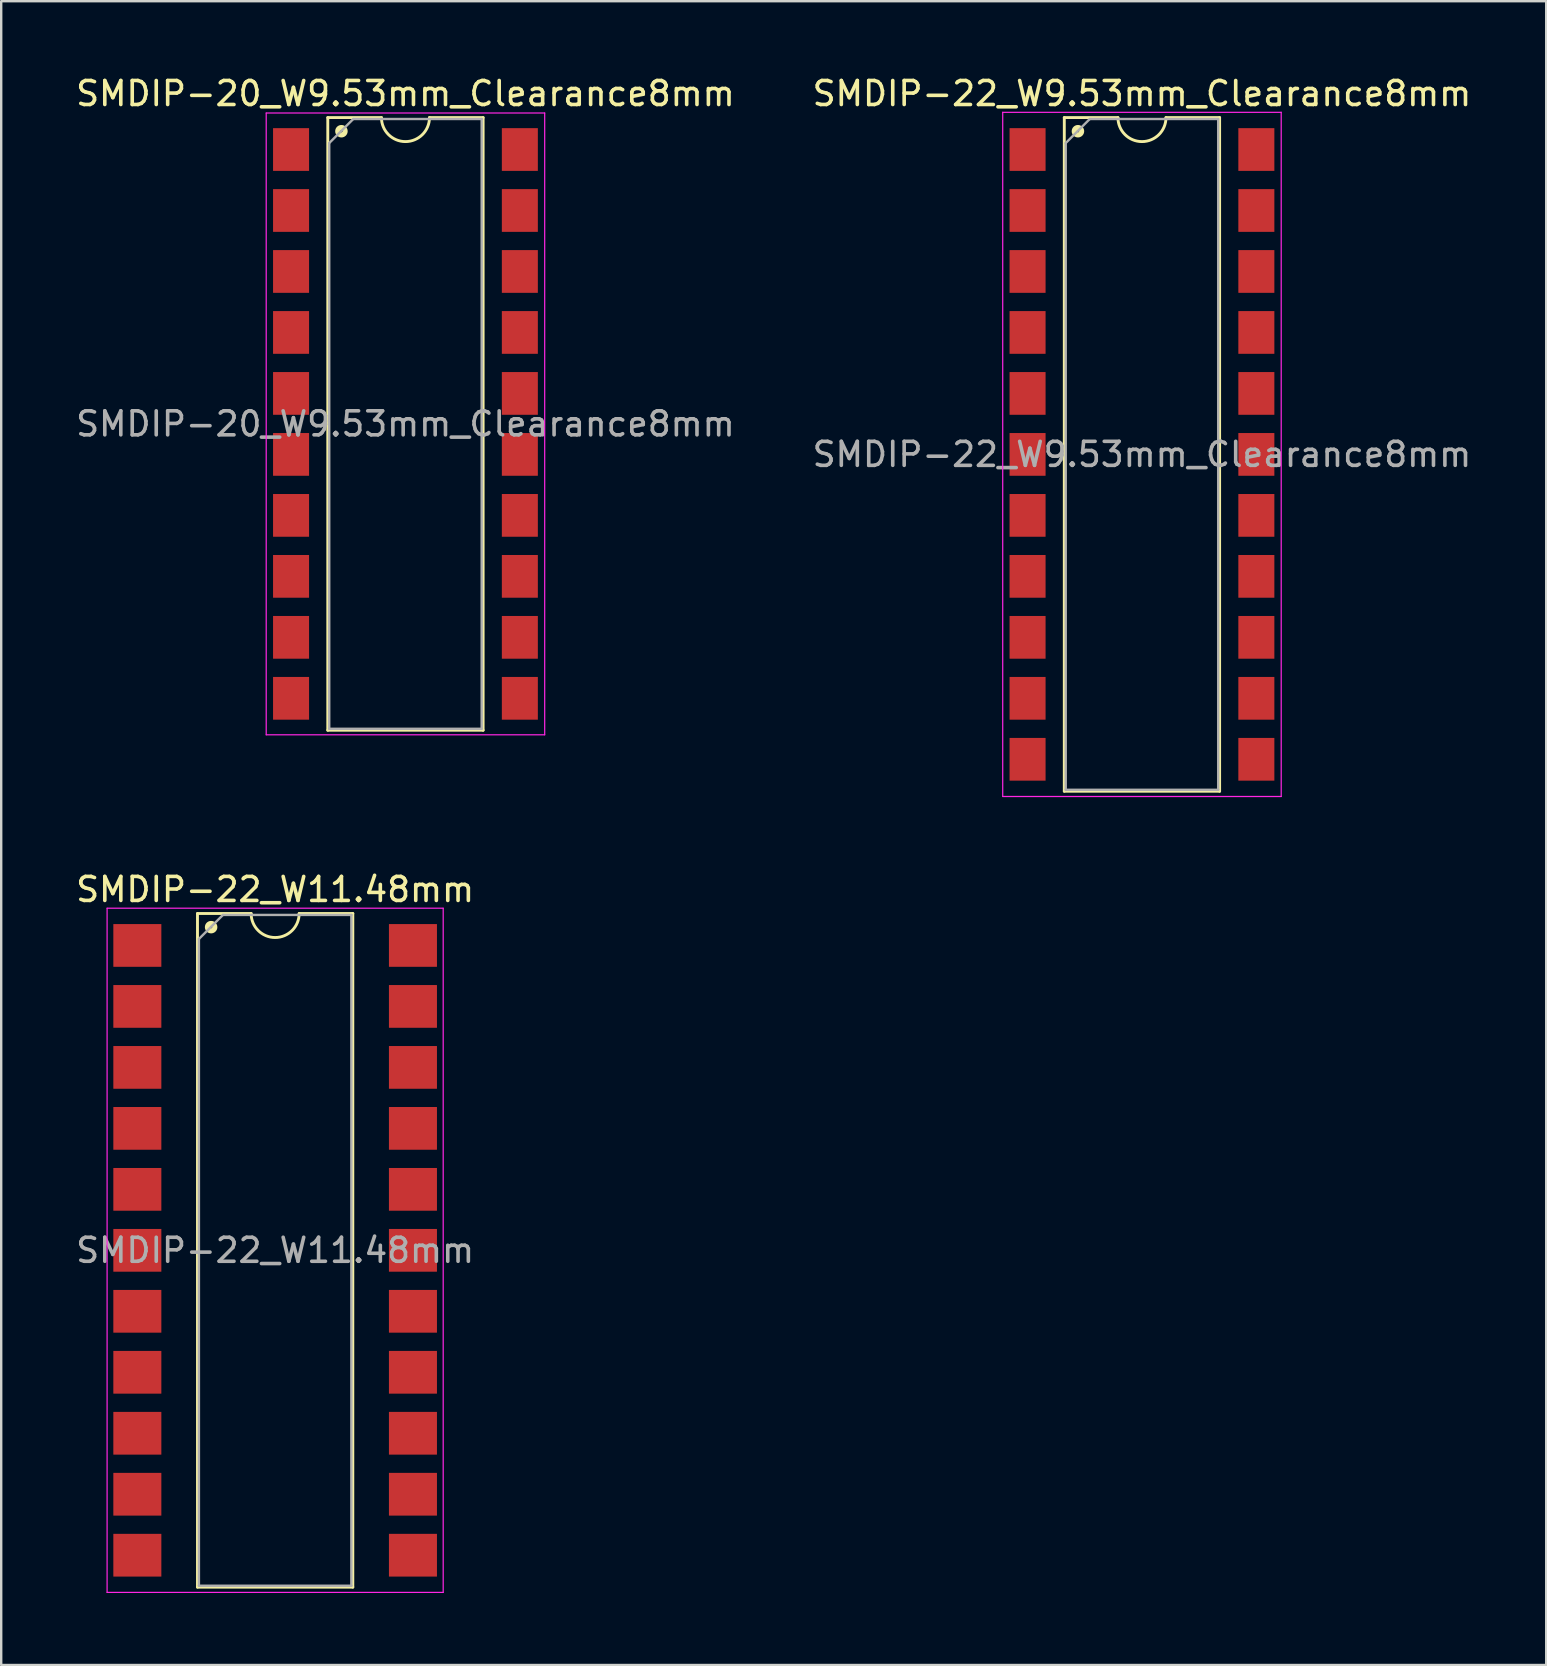
<source format=kicad_pcb>
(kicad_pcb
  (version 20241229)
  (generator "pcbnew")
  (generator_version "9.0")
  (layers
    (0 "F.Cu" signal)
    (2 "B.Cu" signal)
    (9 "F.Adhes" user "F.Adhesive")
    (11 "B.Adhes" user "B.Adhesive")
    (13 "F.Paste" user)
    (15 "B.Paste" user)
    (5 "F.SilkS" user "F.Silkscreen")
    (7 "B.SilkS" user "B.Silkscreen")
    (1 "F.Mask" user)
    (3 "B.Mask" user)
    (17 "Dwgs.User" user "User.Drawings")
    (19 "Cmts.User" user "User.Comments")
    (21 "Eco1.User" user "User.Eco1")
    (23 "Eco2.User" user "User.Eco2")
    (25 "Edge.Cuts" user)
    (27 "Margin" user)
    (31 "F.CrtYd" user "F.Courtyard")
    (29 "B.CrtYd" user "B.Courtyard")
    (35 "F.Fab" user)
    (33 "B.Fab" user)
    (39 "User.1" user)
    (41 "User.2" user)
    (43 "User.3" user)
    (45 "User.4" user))
  (footprint "SMDIP-22_W9.53mm_Clearance8mm"
    (layer "F.Cu")
    (at 44.518 15.878)
    (property "Reference" "SMDIP-22_W9.53mm_Clearance8mm" (at 0 -15.03 0) (layer "F.SilkS") (effects (font (size 1 1) (thickness 0.15))))
    (attr smd)
    (fp_line (start -3.235 -14.03) (end -3.235 14.03) (stroke (width 0.12) (type solid)) (layer "F.SilkS"))
    (fp_line (start -3.235 14.03) (end 3.235 14.03) (stroke (width 0.12) (type solid)) (layer "F.SilkS"))
    (fp_line (start -1 -14.03) (end -3.235 -14.03) (stroke (width 0.12) (type solid)) (layer "F.SilkS"))
    (fp_line (start 3.235 -14.03) (end 1 -14.03) (stroke (width 0.12) (type solid)) (layer "F.SilkS"))
    (fp_line (start 3.235 14.03) (end 3.235 -14.03) (stroke (width 0.12) (type solid)) (layer "F.SilkS"))
    (fp_arc (start 1 -14.03) (mid 0 -13.03) (end -1 -14.03) (stroke (width 0.12) (type solid)) (layer "F.SilkS"))
    (fp_circle (center -2.667 -13.462) (end -2.617 -13.462) (stroke (width 0.12) (type solid)) (fill no) (layer "F.SilkS"))
    (fp_circle (center -2.667 -13.462) (end -2.542 -13.462) (stroke (width 0.12) (type solid)) (fill no) (layer "F.SilkS"))
    (fp_circle (center -2.667 -13.462) (end -2.467 -13.462) (stroke (width 0.12) (type solid)) (fill no) (layer "F.SilkS"))
    (fp_line (start -5.8 -14.25) (end -5.8 14.25) (stroke (width 0.05) (type solid)) (layer "F.CrtYd"))
    (fp_line (start -5.8 14.25) (end 5.8 14.25) (stroke (width 0.05) (type solid)) (layer "F.CrtYd"))
    (fp_line (start 5.8 -14.25) (end -5.8 -14.25) (stroke (width 0.05) (type solid)) (layer "F.CrtYd"))
    (fp_line (start 5.8 14.25) (end 5.8 -14.25) (stroke (width 0.05) (type solid)) (layer "F.CrtYd"))
    (fp_line (start -3.175 -12.97) (end -2.175 -13.97) (stroke (width 0.1) (type solid)) (layer "F.Fab"))
    (fp_line (start -3.175 13.97) (end -3.175 -12.97) (stroke (width 0.1) (type solid)) (layer "F.Fab"))
    (fp_line (start -2.175 -13.97) (end 3.175 -13.97) (stroke (width 0.1) (type solid)) (layer "F.Fab"))
    (fp_line (start 3.175 -13.97) (end 3.175 13.97) (stroke (width 0.1) (type solid)) (layer "F.Fab"))
    (fp_line (start 3.175 13.97) (end -3.175 13.97) (stroke (width 0.1) (type solid)) (layer "F.Fab"))
    (fp_text user "${REFERENCE}" (at 0 0 0) (layer "F.Fab") (effects (font (size 1 1) (thickness 0.15))))
    (pad "1" smd rect (at -4.765 -12.7) (size 1.5 1.78) (layers "F.Cu" "F.Mask" "F.Paste"))
    (pad "2" smd rect (at -4.765 -10.16) (size 1.5 1.78) (layers "F.Cu" "F.Mask" "F.Paste"))
    (pad "3" smd rect (at -4.765 -7.62) (size 1.5 1.78) (layers "F.Cu" "F.Mask" "F.Paste"))
    (pad "4" smd rect (at -4.765 -5.08) (size 1.5 1.78) (layers "F.Cu" "F.Mask" "F.Paste"))
    (pad "5" smd rect (at -4.765 -2.54) (size 1.5 1.78) (layers "F.Cu" "F.Mask" "F.Paste"))
    (pad "6" smd rect (at -4.765 0) (size 1.5 1.78) (layers "F.Cu" "F.Mask" "F.Paste"))
    (pad "7" smd rect (at -4.765 2.54) (size 1.5 1.78) (layers "F.Cu" "F.Mask" "F.Paste"))
    (pad "8" smd rect (at -4.765 5.08) (size 1.5 1.78) (layers "F.Cu" "F.Mask" "F.Paste"))
    (pad "9" smd rect (at -4.765 7.62) (size 1.5 1.78) (layers "F.Cu" "F.Mask" "F.Paste"))
    (pad "10" smd rect (at -4.765 10.16) (size 1.5 1.78) (layers "F.Cu" "F.Mask" "F.Paste"))
    (pad "11" smd rect (at -4.765 12.7) (size 1.5 1.78) (layers "F.Cu" "F.Mask" "F.Paste"))
    (pad "12" smd rect (at 4.765 12.7) (size 1.5 1.78) (layers "F.Cu" "F.Mask" "F.Paste"))
    (pad "13" smd rect (at 4.765 10.16) (size 1.5 1.78) (layers "F.Cu" "F.Mask" "F.Paste"))
    (pad "14" smd rect (at 4.765 7.62) (size 1.5 1.78) (layers "F.Cu" "F.Mask" "F.Paste"))
    (pad "15" smd rect (at 4.765 5.08) (size 1.5 1.78) (layers "F.Cu" "F.Mask" "F.Paste"))
    (pad "16" smd rect (at 4.765 2.54) (size 1.5 1.78) (layers "F.Cu" "F.Mask" "F.Paste"))
    (pad "17" smd rect (at 4.765 0) (size 1.5 1.78) (layers "F.Cu" "F.Mask" "F.Paste"))
    (pad "18" smd rect (at 4.765 -2.54) (size 1.5 1.78) (layers "F.Cu" "F.Mask" "F.Paste"))
    (pad "19" smd rect (at 4.765 -5.08) (size 1.5 1.78) (layers "F.Cu" "F.Mask" "F.Paste"))
    (pad "20" smd rect (at 4.765 -7.62) (size 1.5 1.78) (layers "F.Cu" "F.Mask" "F.Paste"))
    (pad "21" smd rect (at 4.765 -10.16) (size 1.5 1.78) (layers "F.Cu" "F.Mask" "F.Paste"))
    (pad "22" smd rect (at 4.765 -12.7) (size 1.5 1.78) (layers "F.Cu" "F.Mask" "F.Paste")))
  (footprint "SMDIP-20_W9.53mm_Clearance8mm"
    (layer "F.Cu")
    (at 13.839 14.608)
    (property "Reference" "SMDIP-20_W9.53mm_Clearance8mm" (at 0 -13.76 0) (layer "F.SilkS") (effects (font (size 1 1) (thickness 0.15))))
    (attr smd)
    (fp_line (start -3.235 -12.76) (end -3.235 12.76) (stroke (width 0.12) (type solid)) (layer "F.SilkS"))
    (fp_line (start -3.235 12.76) (end 3.235 12.76) (stroke (width 0.12) (type solid)) (layer "F.SilkS"))
    (fp_line (start -1 -12.76) (end -3.235 -12.76) (stroke (width 0.12) (type solid)) (layer "F.SilkS"))
    (fp_line (start 3.235 -12.76) (end 1 -12.76) (stroke (width 0.12) (type solid)) (layer "F.SilkS"))
    (fp_line (start 3.235 12.76) (end 3.235 -12.76) (stroke (width 0.12) (type solid)) (layer "F.SilkS"))
    (fp_arc (start 1 -12.76) (mid 0 -11.76) (end -1 -12.76) (stroke (width 0.12) (type solid)) (layer "F.SilkS"))
    (fp_circle (center -2.667 -12.192) (end -2.617 -12.192) (stroke (width 0.12) (type solid)) (fill no) (layer "F.SilkS"))
    (fp_circle (center -2.667 -12.192) (end -2.542 -12.192) (stroke (width 0.12) (type solid)) (fill no) (layer "F.SilkS"))
    (fp_circle (center -2.667 -12.192) (end -2.467 -12.192) (stroke (width 0.12) (type solid)) (fill no) (layer "F.SilkS"))
    (fp_line (start -5.8 -12.95) (end -5.8 12.95) (stroke (width 0.05) (type solid)) (layer "F.CrtYd"))
    (fp_line (start -5.8 12.95) (end 5.8 12.95) (stroke (width 0.05) (type solid)) (layer "F.CrtYd"))
    (fp_line (start 5.8 -12.95) (end -5.8 -12.95) (stroke (width 0.05) (type solid)) (layer "F.CrtYd"))
    (fp_line (start 5.8 12.95) (end 5.8 -12.95) (stroke (width 0.05) (type solid)) (layer "F.CrtYd"))
    (fp_line (start -3.175 -11.7) (end -2.175 -12.7) (stroke (width 0.1) (type solid)) (layer "F.Fab"))
    (fp_line (start -3.175 12.7) (end -3.175 -11.7) (stroke (width 0.1) (type solid)) (layer "F.Fab"))
    (fp_line (start -2.175 -12.7) (end 3.175 -12.7) (stroke (width 0.1) (type solid)) (layer "F.Fab"))
    (fp_line (start 3.175 -12.7) (end 3.175 12.7) (stroke (width 0.1) (type solid)) (layer "F.Fab"))
    (fp_line (start 3.175 12.7) (end -3.175 12.7) (stroke (width 0.1) (type solid)) (layer "F.Fab"))
    (fp_text user "${REFERENCE}" (at 0 0 0) (layer "F.Fab") (effects (font (size 1 1) (thickness 0.15))))
    (pad "1" smd rect (at -4.765 -11.43) (size 1.5 1.78) (layers "F.Cu" "F.Mask" "F.Paste"))
    (pad "2" smd rect (at -4.765 -8.89) (size 1.5 1.78) (layers "F.Cu" "F.Mask" "F.Paste"))
    (pad "3" smd rect (at -4.765 -6.35) (size 1.5 1.78) (layers "F.Cu" "F.Mask" "F.Paste"))
    (pad "4" smd rect (at -4.765 -3.81) (size 1.5 1.78) (layers "F.Cu" "F.Mask" "F.Paste"))
    (pad "5" smd rect (at -4.765 -1.27) (size 1.5 1.78) (layers "F.Cu" "F.Mask" "F.Paste"))
    (pad "6" smd rect (at -4.765 1.27) (size 1.5 1.78) (layers "F.Cu" "F.Mask" "F.Paste"))
    (pad "7" smd rect (at -4.765 3.81) (size 1.5 1.78) (layers "F.Cu" "F.Mask" "F.Paste"))
    (pad "8" smd rect (at -4.765 6.35) (size 1.5 1.78) (layers "F.Cu" "F.Mask" "F.Paste"))
    (pad "9" smd rect (at -4.765 8.89) (size 1.5 1.78) (layers "F.Cu" "F.Mask" "F.Paste"))
    (pad "10" smd rect (at -4.765 11.43) (size 1.5 1.78) (layers "F.Cu" "F.Mask" "F.Paste"))
    (pad "11" smd rect (at 4.765 11.43) (size 1.5 1.78) (layers "F.Cu" "F.Mask" "F.Paste"))
    (pad "12" smd rect (at 4.765 8.89) (size 1.5 1.78) (layers "F.Cu" "F.Mask" "F.Paste"))
    (pad "13" smd rect (at 4.765 6.35) (size 1.5 1.78) (layers "F.Cu" "F.Mask" "F.Paste"))
    (pad "14" smd rect (at 4.765 3.81) (size 1.5 1.78) (layers "F.Cu" "F.Mask" "F.Paste"))
    (pad "15" smd rect (at 4.765 1.27) (size 1.5 1.78) (layers "F.Cu" "F.Mask" "F.Paste"))
    (pad "16" smd rect (at 4.765 -1.27) (size 1.5 1.78) (layers "F.Cu" "F.Mask" "F.Paste"))
    (pad "17" smd rect (at 4.765 -3.81) (size 1.5 1.78) (layers "F.Cu" "F.Mask" "F.Paste"))
    (pad "18" smd rect (at 4.765 -6.35) (size 1.5 1.78) (layers "F.Cu" "F.Mask" "F.Paste"))
    (pad "19" smd rect (at 4.765 -8.89) (size 1.5 1.78) (layers "F.Cu" "F.Mask" "F.Paste"))
    (pad "20" smd rect (at 4.765 -11.43) (size 1.5 1.78) (layers "F.Cu" "F.Mask" "F.Paste")))
  (footprint "SMDIP-22_W11.48mm"
    (layer "F.Cu")
    (at 8.411 49.032)
    (property "Reference" "SMDIP-22_W11.48mm" (at 0 -15.03 0) (layer "F.SilkS") (effects (font (size 1 1) (thickness 0.15))))
    (attr smd)
    (fp_line (start -3.235 -14.03) (end -3.235 14.03) (stroke (width 0.12) (type solid)) (layer "F.SilkS"))
    (fp_line (start -3.235 14.03) (end 3.235 14.03) (stroke (width 0.12) (type solid)) (layer "F.SilkS"))
    (fp_line (start -1 -14.03) (end -3.235 -14.03) (stroke (width 0.12) (type solid)) (layer "F.SilkS"))
    (fp_line (start 3.235 -14.03) (end 1 -14.03) (stroke (width 0.12) (type solid)) (layer "F.SilkS"))
    (fp_line (start 3.235 14.03) (end 3.235 -14.03) (stroke (width 0.12) (type solid)) (layer "F.SilkS"))
    (fp_arc (start 1 -14.03) (mid 0 -13.03) (end -1 -14.03) (stroke (width 0.12) (type solid)) (layer "F.SilkS"))
    (fp_circle (center -2.667 -13.462) (end -2.617 -13.462) (stroke (width 0.12) (type solid)) (fill no) (layer "F.SilkS"))
    (fp_circle (center -2.667 -13.462) (end -2.542 -13.462) (stroke (width 0.12) (type solid)) (fill no) (layer "F.SilkS"))
    (fp_circle (center -2.667 -13.462) (end -2.467 -13.462) (stroke (width 0.12) (type solid)) (fill no) (layer "F.SilkS"))
    (fp_line (start -7 -14.25) (end -7 14.25) (stroke (width 0.05) (type solid)) (layer "F.CrtYd"))
    (fp_line (start -7 14.25) (end 7 14.25) (stroke (width 0.05) (type solid)) (layer "F.CrtYd"))
    (fp_line (start 7 -14.25) (end -7 -14.25) (stroke (width 0.05) (type solid)) (layer "F.CrtYd"))
    (fp_line (start 7 14.25) (end 7 -14.25) (stroke (width 0.05) (type solid)) (layer "F.CrtYd"))
    (fp_line (start -3.175 -12.97) (end -2.175 -13.97) (stroke (width 0.1) (type solid)) (layer "F.Fab"))
    (fp_line (start -3.175 13.97) (end -3.175 -12.97) (stroke (width 0.1) (type solid)) (layer "F.Fab"))
    (fp_line (start -2.175 -13.97) (end 3.175 -13.97) (stroke (width 0.1) (type solid)) (layer "F.Fab"))
    (fp_line (start 3.175 -13.97) (end 3.175 13.97) (stroke (width 0.1) (type solid)) (layer "F.Fab"))
    (fp_line (start 3.175 13.97) (end -3.175 13.97) (stroke (width 0.1) (type solid)) (layer "F.Fab"))
    (fp_text user "${REFERENCE}" (at 0 0 0) (layer "F.Fab") (effects (font (size 1 1) (thickness 0.15))))
    (pad "1" smd rect (at -5.74 -12.7) (size 2 1.78) (layers "F.Cu" "F.Mask" "F.Paste"))
    (pad "2" smd rect (at -5.74 -10.16) (size 2 1.78) (layers "F.Cu" "F.Mask" "F.Paste"))
    (pad "3" smd rect (at -5.74 -7.62) (size 2 1.78) (layers "F.Cu" "F.Mask" "F.Paste"))
    (pad "4" smd rect (at -5.74 -5.08) (size 2 1.78) (layers "F.Cu" "F.Mask" "F.Paste"))
    (pad "5" smd rect (at -5.74 -2.54) (size 2 1.78) (layers "F.Cu" "F.Mask" "F.Paste"))
    (pad "6" smd rect (at -5.74 0) (size 2 1.78) (layers "F.Cu" "F.Mask" "F.Paste"))
    (pad "7" smd rect (at -5.74 2.54) (size 2 1.78) (layers "F.Cu" "F.Mask" "F.Paste"))
    (pad "8" smd rect (at -5.74 5.08) (size 2 1.78) (layers "F.Cu" "F.Mask" "F.Paste"))
    (pad "9" smd rect (at -5.74 7.62) (size 2 1.78) (layers "F.Cu" "F.Mask" "F.Paste"))
    (pad "10" smd rect (at -5.74 10.16) (size 2 1.78) (layers "F.Cu" "F.Mask" "F.Paste"))
    (pad "11" smd rect (at -5.74 12.7) (size 2 1.78) (layers "F.Cu" "F.Mask" "F.Paste"))
    (pad "12" smd rect (at 5.74 12.7) (size 2 1.78) (layers "F.Cu" "F.Mask" "F.Paste"))
    (pad "13" smd rect (at 5.74 10.16) (size 2 1.78) (layers "F.Cu" "F.Mask" "F.Paste"))
    (pad "14" smd rect (at 5.74 7.62) (size 2 1.78) (layers "F.Cu" "F.Mask" "F.Paste"))
    (pad "15" smd rect (at 5.74 5.08) (size 2 1.78) (layers "F.Cu" "F.Mask" "F.Paste"))
    (pad "16" smd rect (at 5.74 2.54) (size 2 1.78) (layers "F.Cu" "F.Mask" "F.Paste"))
    (pad "17" smd rect (at 5.74 0) (size 2 1.78) (layers "F.Cu" "F.Mask" "F.Paste"))
    (pad "18" smd rect (at 5.74 -2.54) (size 2 1.78) (layers "F.Cu" "F.Mask" "F.Paste"))
    (pad "19" smd rect (at 5.74 -5.08) (size 2 1.78) (layers "F.Cu" "F.Mask" "F.Paste"))
    (pad "20" smd rect (at 5.74 -7.62) (size 2 1.78) (layers "F.Cu" "F.Mask" "F.Paste"))
    (pad "21" smd rect (at 5.74 -10.16) (size 2 1.78) (layers "F.Cu" "F.Mask" "F.Paste"))
    (pad "22" smd rect (at 5.74 -12.7) (size 2 1.78) (layers "F.Cu" "F.Mask" "F.Paste")))
  (gr_rect
    (start -3 -3)
    (end 61.357 66.306)
    (stroke (width 0.1) (type default))
    (fill no)
    (layer "Edge.Cuts")))
</source>
